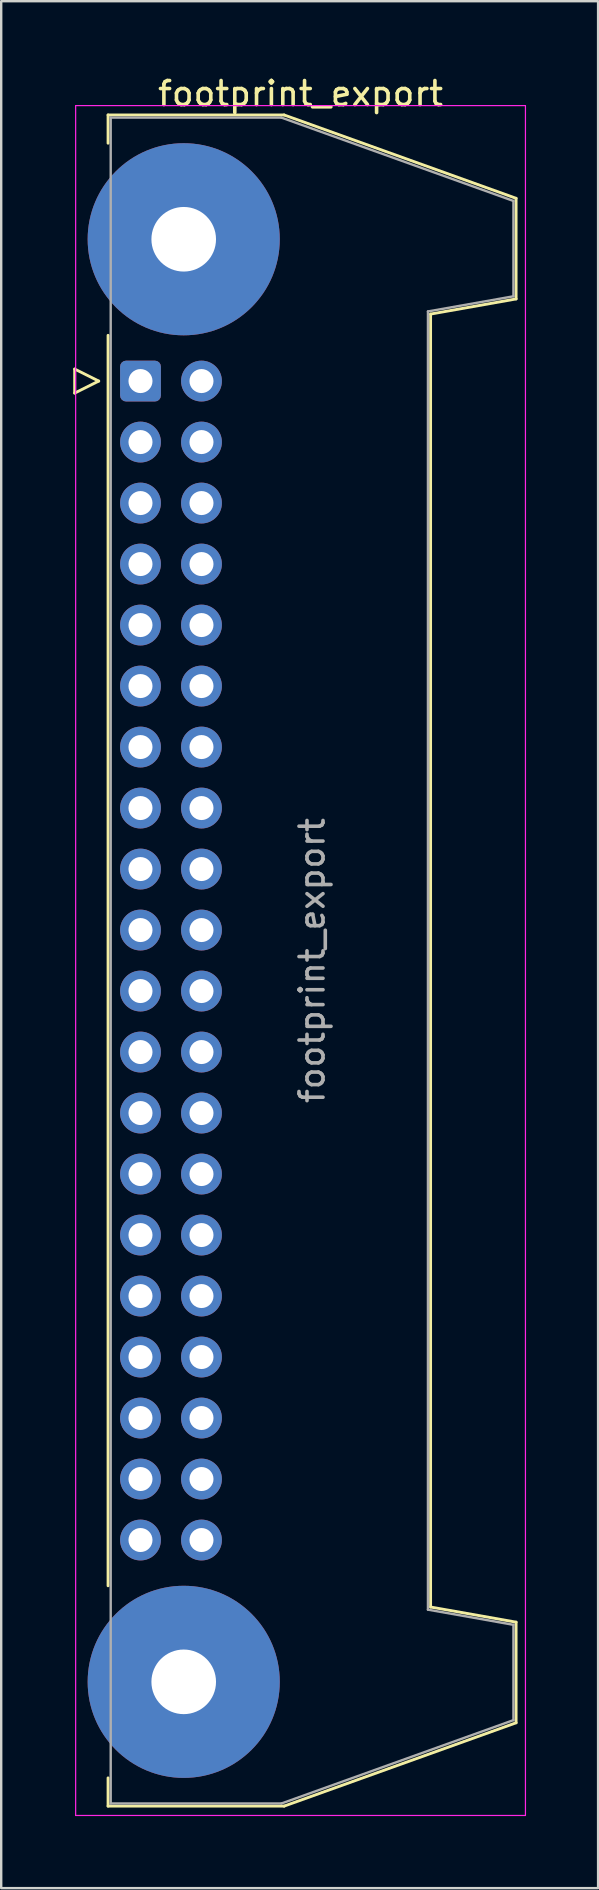
<source format=kicad_pcb>
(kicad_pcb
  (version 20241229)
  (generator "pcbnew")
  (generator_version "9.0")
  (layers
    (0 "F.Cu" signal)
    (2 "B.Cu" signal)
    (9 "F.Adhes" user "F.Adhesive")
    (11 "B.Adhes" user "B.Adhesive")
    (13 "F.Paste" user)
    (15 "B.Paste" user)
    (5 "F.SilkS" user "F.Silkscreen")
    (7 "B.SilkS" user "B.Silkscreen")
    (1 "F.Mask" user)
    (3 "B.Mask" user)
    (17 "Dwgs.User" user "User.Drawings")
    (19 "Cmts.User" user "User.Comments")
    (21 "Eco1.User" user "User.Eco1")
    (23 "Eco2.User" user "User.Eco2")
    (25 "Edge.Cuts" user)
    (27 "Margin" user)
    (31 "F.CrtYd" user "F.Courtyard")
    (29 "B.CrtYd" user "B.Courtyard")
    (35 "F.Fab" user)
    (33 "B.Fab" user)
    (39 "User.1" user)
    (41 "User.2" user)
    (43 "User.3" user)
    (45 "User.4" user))
  (footprint "footprint_export"
    (layer "F.Cu")
    (at 2.8 12.818)
    (property "Reference" "footprint_export" (at 6.665 -11.97 0) (layer "F.SilkS") (effects (font (size 1 1) (thickness 0.15))))
    (attr through_hole)
    (fp_line (start -2.74 -0.5) (end -2.74 0.5) (stroke (width 0.12) (type solid)) (layer "F.SilkS"))
    (fp_line (start -2.74 0.5) (end -1.74 0) (stroke (width 0.12) (type solid)) (layer "F.SilkS"))
    (fp_line (start -1.74 0) (end -2.74 -0.5) (stroke (width 0.12) (type solid)) (layer "F.SilkS"))
    (fp_line (start -1.35 -11.08) (end -1.35 -9.905) (stroke (width 0.12) (type solid)) (layer "F.SilkS"))
    (fp_line (start -1.35 -11.08) (end 5.98 -11.08) (stroke (width 0.12) (type solid)) (layer "F.SilkS"))
    (fp_line (start -1.35 -1.905) (end -1.35 50.165) (stroke (width 0.12) (type solid)) (layer "F.SilkS"))
    (fp_line (start -1.35 58.165) (end -1.35 59.34) (stroke (width 0.12) (type solid)) (layer "F.SilkS"))
    (fp_line (start 5.98 -11.08) (end 15.64 -7.61) (stroke (width 0.12) (type solid)) (layer "F.SilkS"))
    (fp_line (start 5.98 59.34) (end -1.35 59.34) (stroke (width 0.12) (type solid)) (layer "F.SilkS"))
    (fp_line (start 12.08 -2.79) (end 12.08 51.05) (stroke (width 0.12) (type solid)) (layer "F.SilkS"))
    (fp_line (start 12.08 51.05) (end 15.64 51.68) (stroke (width 0.12) (type solid)) (layer "F.SilkS"))
    (fp_line (start 15.64 -7.61) (end 15.64 -3.42) (stroke (width 0.12) (type solid)) (layer "F.SilkS"))
    (fp_line (start 15.64 -3.42) (end 12.08 -2.79) (stroke (width 0.12) (type solid)) (layer "F.SilkS"))
    (fp_line (start 15.64 51.68) (end 15.64 55.87) (stroke (width 0.12) (type solid)) (layer "F.SilkS"))
    (fp_line (start 15.64 55.87) (end 5.98 59.34) (stroke (width 0.12) (type solid)) (layer "F.SilkS"))
    (fp_line (start -2.7 -11.47) (end -2.7 59.73) (stroke (width 0.05) (type solid)) (layer "F.CrtYd"))
    (fp_line (start -2.7 59.73) (end 16.03 59.73) (stroke (width 0.05) (type solid)) (layer "F.CrtYd"))
    (fp_line (start 16.03 -11.47) (end -2.7 -11.47) (stroke (width 0.05) (type solid)) (layer "F.CrtYd"))
    (fp_line (start 16.03 59.73) (end 16.03 -11.47) (stroke (width 0.05) (type solid)) (layer "F.CrtYd"))
    (fp_line (start -1.24 -10.97) (end 5.87 -10.97) (stroke (width 0.1) (type solid)) (layer "F.Fab"))
    (fp_line (start -1.24 59.23) (end -1.24 -10.97) (stroke (width 0.1) (type solid)) (layer "F.Fab"))
    (fp_line (start 5.87 -10.97) (end 15.53 -7.5) (stroke (width 0.1) (type solid)) (layer "F.Fab"))
    (fp_line (start 5.87 59.23) (end -1.24 59.23) (stroke (width 0.1) (type solid)) (layer "F.Fab"))
    (fp_line (start 11.97 -2.9) (end 11.97 51.16) (stroke (width 0.1) (type solid)) (layer "F.Fab"))
    (fp_line (start 11.97 51.16) (end 15.53 51.79) (stroke (width 0.1) (type solid)) (layer "F.Fab"))
    (fp_line (start 15.53 -7.5) (end 15.53 -3.53) (stroke (width 0.1) (type solid)) (layer "F.Fab"))
    (fp_line (start 15.53 -3.53) (end 11.97 -2.9) (stroke (width 0.1) (type solid)) (layer "F.Fab"))
    (fp_line (start 15.53 51.79) (end 15.53 55.76) (stroke (width 0.1) (type solid)) (layer "F.Fab"))
    (fp_line (start 15.53 55.76) (end 5.87 59.23) (stroke (width 0.1) (type solid)) (layer "F.Fab"))
    (fp_text user "${REFERENCE}" (at 7.145 24.13 90) (layer "F.Fab") (effects (font (size 1 1) (thickness 0.15))))
    (pad "1" thru_hole roundrect (at 0 0) (size 1.7 1.7) (drill 1) (layers "*.Cu" "*.Mask") (roundrect_rratio 0.147))
    (pad "2" thru_hole circle (at 2.54 0) (size 1.7 1.7) (drill 1) (layers "*.Cu" "*.Mask"))
    (pad "3" thru_hole circle (at 0 2.54) (size 1.7 1.7) (drill 1) (layers "*.Cu" "*.Mask"))
    (pad "4" thru_hole circle (at 2.54 2.54) (size 1.7 1.7) (drill 1) (layers "*.Cu" "*.Mask"))
    (pad "5" thru_hole circle (at 0 5.08) (size 1.7 1.7) (drill 1) (layers "*.Cu" "*.Mask"))
    (pad "6" thru_hole circle (at 2.54 5.08) (size 1.7 1.7) (drill 1) (layers "*.Cu" "*.Mask"))
    (pad "7" thru_hole circle (at 0 7.62) (size 1.7 1.7) (drill 1) (layers "*.Cu" "*.Mask"))
    (pad "8" thru_hole circle (at 2.54 7.62) (size 1.7 1.7) (drill 1) (layers "*.Cu" "*.Mask"))
    (pad "9" thru_hole circle (at 0 10.16) (size 1.7 1.7) (drill 1) (layers "*.Cu" "*.Mask"))
    (pad "10" thru_hole circle (at 2.54 10.16) (size 1.7 1.7) (drill 1) (layers "*.Cu" "*.Mask"))
    (pad "11" thru_hole circle (at 0 12.7) (size 1.7 1.7) (drill 1) (layers "*.Cu" "*.Mask"))
    (pad "12" thru_hole circle (at 2.54 12.7) (size 1.7 1.7) (drill 1) (layers "*.Cu" "*.Mask"))
    (pad "13" thru_hole circle (at 0 15.24) (size 1.7 1.7) (drill 1) (layers "*.Cu" "*.Mask"))
    (pad "14" thru_hole circle (at 2.54 15.24) (size 1.7 1.7) (drill 1) (layers "*.Cu" "*.Mask"))
    (pad "15" thru_hole circle (at 0 17.78) (size 1.7 1.7) (drill 1) (layers "*.Cu" "*.Mask"))
    (pad "16" thru_hole circle (at 2.54 17.78) (size 1.7 1.7) (drill 1) (layers "*.Cu" "*.Mask"))
    (pad "17" thru_hole circle (at 0 20.32) (size 1.7 1.7) (drill 1) (layers "*.Cu" "*.Mask"))
    (pad "18" thru_hole circle (at 2.54 20.32) (size 1.7 1.7) (drill 1) (layers "*.Cu" "*.Mask"))
    (pad "19" thru_hole circle (at 0 22.86) (size 1.7 1.7) (drill 1) (layers "*.Cu" "*.Mask"))
    (pad "20" thru_hole circle (at 2.54 22.86) (size 1.7 1.7) (drill 1) (layers "*.Cu" "*.Mask"))
    (pad "21" thru_hole circle (at 0 25.4) (size 1.7 1.7) (drill 1) (layers "*.Cu" "*.Mask"))
    (pad "22" thru_hole circle (at 2.54 25.4) (size 1.7 1.7) (drill 1) (layers "*.Cu" "*.Mask"))
    (pad "23" thru_hole circle (at 0 27.94) (size 1.7 1.7) (drill 1) (layers "*.Cu" "*.Mask"))
    (pad "24" thru_hole circle (at 2.54 27.94) (size 1.7 1.7) (drill 1) (layers "*.Cu" "*.Mask"))
    (pad "25" thru_hole circle (at 0 30.48) (size 1.7 1.7) (drill 1) (layers "*.Cu" "*.Mask"))
    (pad "26" thru_hole circle (at 2.54 30.48) (size 1.7 1.7) (drill 1) (layers "*.Cu" "*.Mask"))
    (pad "27" thru_hole circle (at 0 33.02) (size 1.7 1.7) (drill 1) (layers "*.Cu" "*.Mask"))
    (pad "28" thru_hole circle (at 2.54 33.02) (size 1.7 1.7) (drill 1) (layers "*.Cu" "*.Mask"))
    (pad "29" thru_hole circle (at 0 35.56) (size 1.7 1.7) (drill 1) (layers "*.Cu" "*.Mask"))
    (pad "30" thru_hole circle (at 2.54 35.56) (size 1.7 1.7) (drill 1) (layers "*.Cu" "*.Mask"))
    (pad "31" thru_hole circle (at 0 38.1) (size 1.7 1.7) (drill 1) (layers "*.Cu" "*.Mask"))
    (pad "32" thru_hole circle (at 2.54 38.1) (size 1.7 1.7) (drill 1) (layers "*.Cu" "*.Mask"))
    (pad "33" thru_hole circle (at 0 40.64) (size 1.7 1.7) (drill 1) (layers "*.Cu" "*.Mask"))
    (pad "34" thru_hole circle (at 2.54 40.64) (size 1.7 1.7) (drill 1) (layers "*.Cu" "*.Mask"))
    (pad "35" thru_hole circle (at 0 43.18) (size 1.7 1.7) (drill 1) (layers "*.Cu" "*.Mask"))
    (pad "36" thru_hole circle (at 2.54 43.18) (size 1.7 1.7) (drill 1) (layers "*.Cu" "*.Mask"))
    (pad "37" thru_hole circle (at 0 45.72) (size 1.7 1.7) (drill 1) (layers "*.Cu" "*.Mask"))
    (pad "38" thru_hole circle (at 2.54 45.72) (size 1.7 1.7) (drill 1) (layers "*.Cu" "*.Mask"))
    (pad "39" thru_hole circle (at 0 48.26) (size 1.7 1.7) (drill 1) (layers "*.Cu" "*.Mask"))
    (pad "40" thru_hole circle (at 2.54 48.26) (size 1.7 1.7) (drill 1) (layers "*.Cu" "*.Mask"))
    (pad "MP" thru_hole circle (at 1.8 -5.905) (size 8 8) (drill 2.69) (layers "*.Cu" "*.Mask"))
    (pad "MP" thru_hole circle (at 1.8 54.165) (size 8 8) (drill 2.69) (layers "*.Cu" "*.Mask")))
  (gr_rect
    (start -3 -3)
    (end 21.855 75.573)
    (stroke (width 0.1) (type default))
    (fill no)
    (layer "Edge.Cuts")))
</source>
